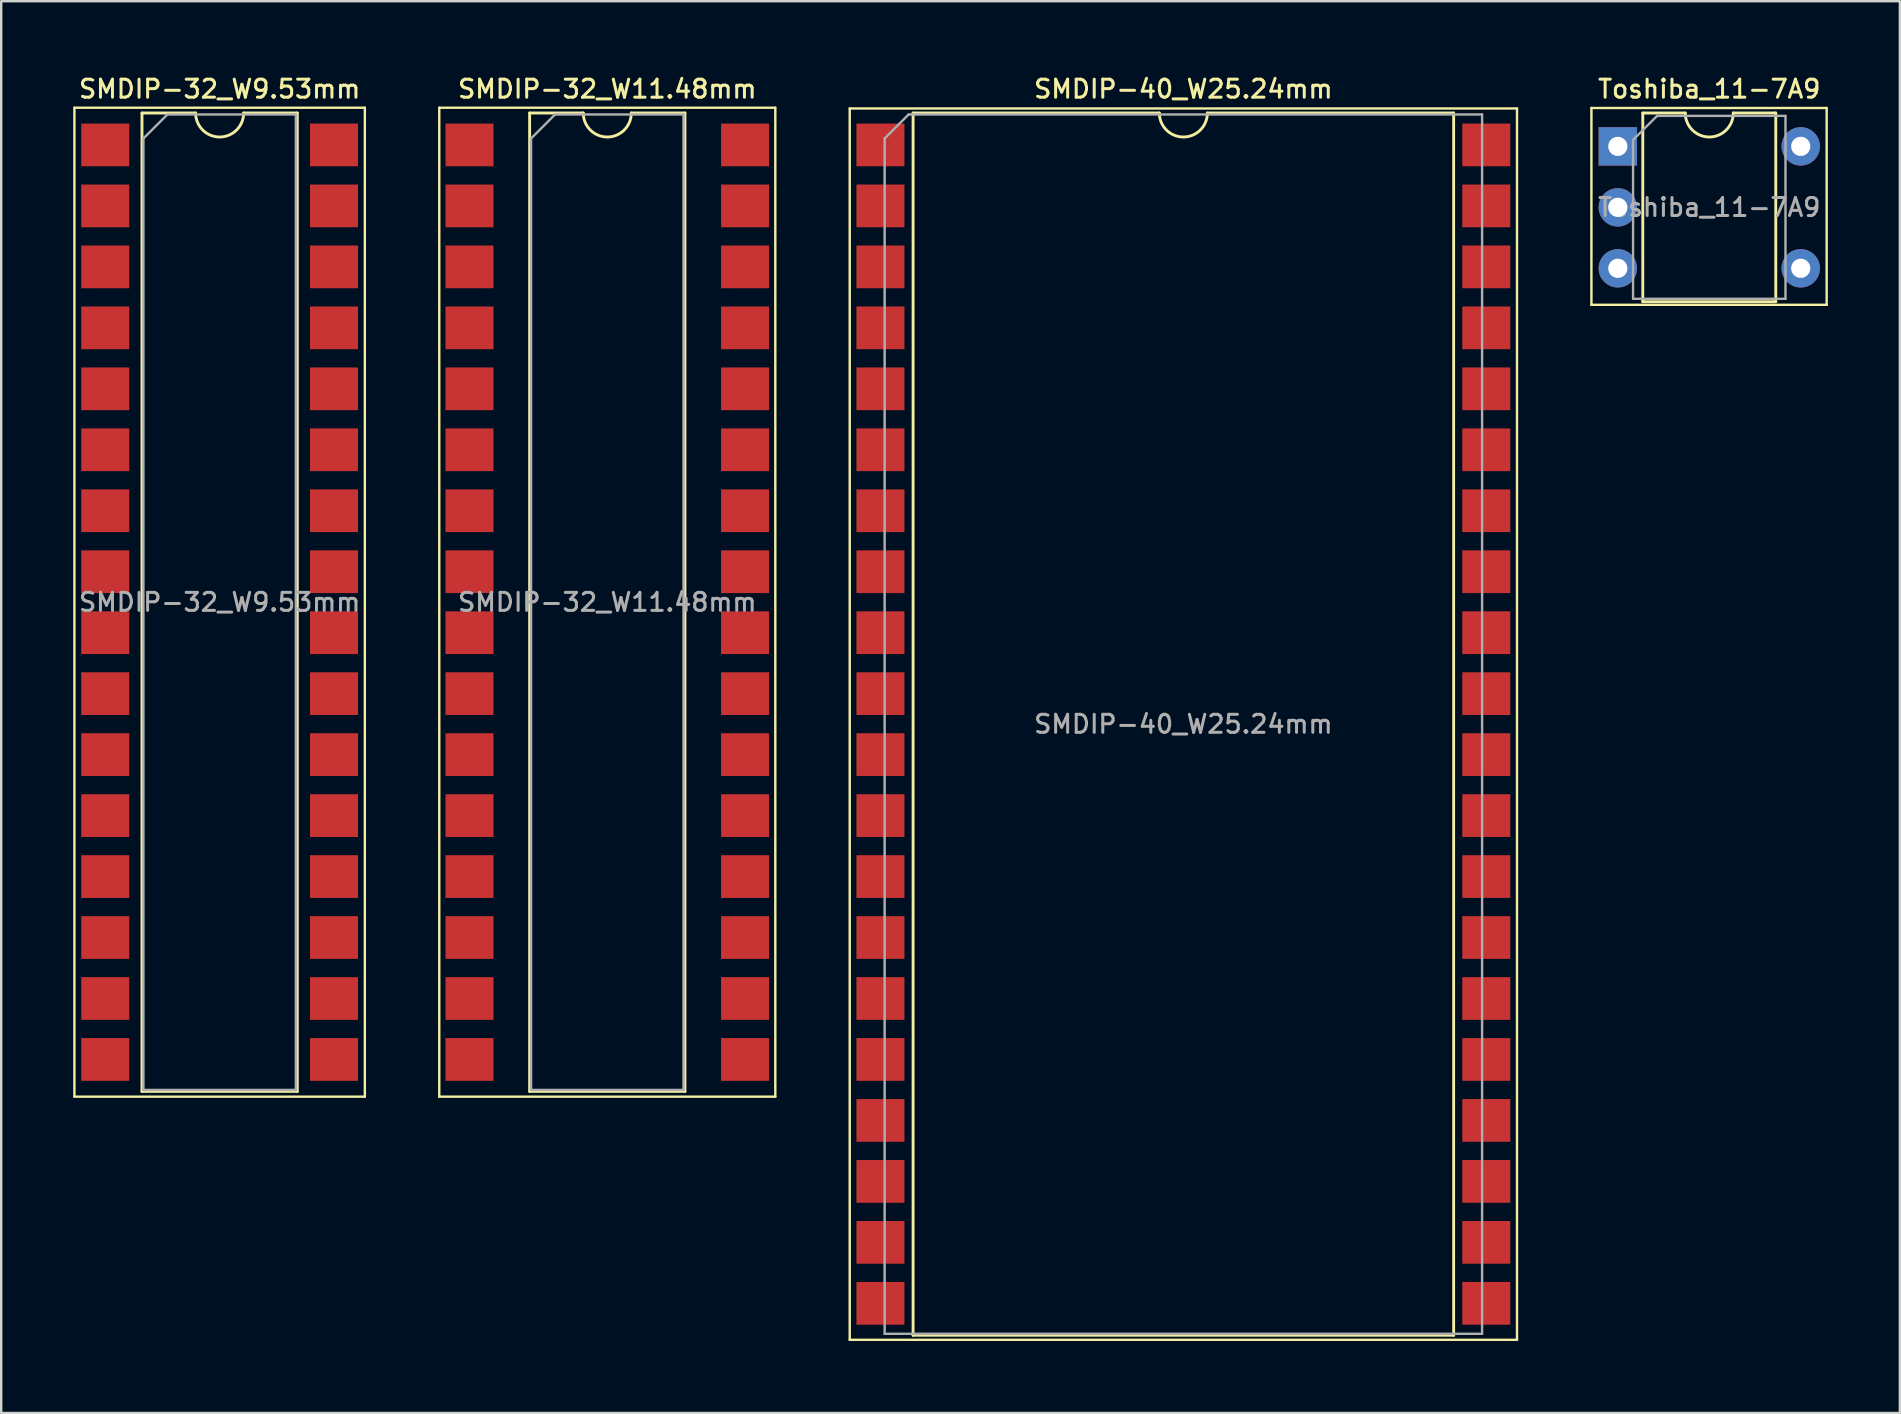
<source format=kicad_pcb>
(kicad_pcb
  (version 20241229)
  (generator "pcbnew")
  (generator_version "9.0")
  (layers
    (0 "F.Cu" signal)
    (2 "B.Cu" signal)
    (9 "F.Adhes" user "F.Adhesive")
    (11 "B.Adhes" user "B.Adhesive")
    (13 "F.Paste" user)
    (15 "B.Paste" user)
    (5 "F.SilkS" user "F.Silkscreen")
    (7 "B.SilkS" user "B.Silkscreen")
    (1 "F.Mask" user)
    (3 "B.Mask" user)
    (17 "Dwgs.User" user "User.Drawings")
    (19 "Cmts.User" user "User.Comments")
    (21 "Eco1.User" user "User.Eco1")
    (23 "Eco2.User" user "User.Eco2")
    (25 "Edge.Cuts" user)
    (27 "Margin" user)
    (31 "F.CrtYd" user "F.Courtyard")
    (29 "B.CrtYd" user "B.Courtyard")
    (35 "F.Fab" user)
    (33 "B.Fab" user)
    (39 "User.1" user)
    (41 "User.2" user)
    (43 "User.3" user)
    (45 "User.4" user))
  (footprint "SMDIP-40_W25.24mm"
    (layer "F.Cu")
    (at 46.25 27.118)
    (property "Reference" "SMDIP-40_W25.24mm" (at 0 -26.46 0) (layer "F.SilkS") (effects (font (size 0.75 0.75) (thickness 0.125))))
    (attr smd)
    (fp_line (start -13.9 -25.65) (end -13.9 25.65) (stroke (width 0.1) (type solid)) (layer "F.SilkS"))
    (fp_line (start -13.9 25.65) (end 13.9 25.65) (stroke (width 0.1) (type solid)) (layer "F.SilkS"))
    (fp_line (start -11.26 -25.46) (end -11.26 25.46) (stroke (width 0.12) (type solid)) (layer "F.SilkS"))
    (fp_line (start -11.26 25.46) (end 11.26 25.46) (stroke (width 0.12) (type solid)) (layer "F.SilkS"))
    (fp_line (start -1 -25.46) (end -11.26 -25.46) (stroke (width 0.12) (type solid)) (layer "F.SilkS"))
    (fp_line (start 11.26 -25.46) (end 1 -25.46) (stroke (width 0.12) (type solid)) (layer "F.SilkS"))
    (fp_line (start 11.26 25.46) (end 11.26 -25.46) (stroke (width 0.12) (type solid)) (layer "F.SilkS"))
    (fp_line (start 13.9 -25.65) (end -13.9 -25.65) (stroke (width 0.1) (type solid)) (layer "F.SilkS"))
    (fp_line (start 13.9 25.65) (end 13.9 -25.65) (stroke (width 0.1) (type solid)) (layer "F.SilkS"))
    (fp_arc (start 1 -25.46) (mid 0 -24.46) (end -1 -25.46) (stroke (width 0.12) (type solid)) (layer "F.SilkS"))
    (fp_line (start -12.445 -24.4) (end -11.445 -25.4) (stroke (width 0.1) (type solid)) (layer "F.Fab"))
    (fp_line (start -12.445 25.4) (end -12.445 -24.4) (stroke (width 0.1) (type solid)) (layer "F.Fab"))
    (fp_line (start -11.445 -25.4) (end 12.445 -25.4) (stroke (width 0.1) (type solid)) (layer "F.Fab"))
    (fp_line (start 12.445 -25.4) (end 12.445 25.4) (stroke (width 0.1) (type solid)) (layer "F.Fab"))
    (fp_line (start 12.445 25.4) (end -12.445 25.4) (stroke (width 0.1) (type solid)) (layer "F.Fab"))
    (fp_text user "${REFERENCE}" (at 0 0 0) (layer "F.Fab") (effects (font (size 0.75 0.75) (thickness 0.125))))
    (pad "1" smd rect (at -12.62 -24.13) (size 2 1.78) (layers "F.Cu" "F.Mask" "F.Paste"))
    (pad "2" smd rect (at -12.62 -21.59) (size 2 1.78) (layers "F.Cu" "F.Mask" "F.Paste"))
    (pad "3" smd rect (at -12.62 -19.05) (size 2 1.78) (layers "F.Cu" "F.Mask" "F.Paste"))
    (pad "4" smd rect (at -12.62 -16.51) (size 2 1.78) (layers "F.Cu" "F.Mask" "F.Paste"))
    (pad "5" smd rect (at -12.62 -13.97) (size 2 1.78) (layers "F.Cu" "F.Mask" "F.Paste"))
    (pad "6" smd rect (at -12.62 -11.43) (size 2 1.78) (layers "F.Cu" "F.Mask" "F.Paste"))
    (pad "7" smd rect (at -12.62 -8.89) (size 2 1.78) (layers "F.Cu" "F.Mask" "F.Paste"))
    (pad "8" smd rect (at -12.62 -6.35) (size 2 1.78) (layers "F.Cu" "F.Mask" "F.Paste"))
    (pad "9" smd rect (at -12.62 -3.81) (size 2 1.78) (layers "F.Cu" "F.Mask" "F.Paste"))
    (pad "10" smd rect (at -12.62 -1.27) (size 2 1.78) (layers "F.Cu" "F.Mask" "F.Paste"))
    (pad "11" smd rect (at -12.62 1.27) (size 2 1.78) (layers "F.Cu" "F.Mask" "F.Paste"))
    (pad "12" smd rect (at -12.62 3.81) (size 2 1.78) (layers "F.Cu" "F.Mask" "F.Paste"))
    (pad "13" smd rect (at -12.62 6.35) (size 2 1.78) (layers "F.Cu" "F.Mask" "F.Paste"))
    (pad "14" smd rect (at -12.62 8.89) (size 2 1.78) (layers "F.Cu" "F.Mask" "F.Paste"))
    (pad "15" smd rect (at -12.62 11.43) (size 2 1.78) (layers "F.Cu" "F.Mask" "F.Paste"))
    (pad "16" smd rect (at -12.62 13.97) (size 2 1.78) (layers "F.Cu" "F.Mask" "F.Paste"))
    (pad "17" smd rect (at -12.62 16.51) (size 2 1.78) (layers "F.Cu" "F.Mask" "F.Paste"))
    (pad "18" smd rect (at -12.62 19.05) (size 2 1.78) (layers "F.Cu" "F.Mask" "F.Paste"))
    (pad "19" smd rect (at -12.62 21.59) (size 2 1.78) (layers "F.Cu" "F.Mask" "F.Paste"))
    (pad "20" smd rect (at -12.62 24.13) (size 2 1.78) (layers "F.Cu" "F.Mask" "F.Paste"))
    (pad "21" smd rect (at 12.62 24.13) (size 2 1.78) (layers "F.Cu" "F.Mask" "F.Paste"))
    (pad "22" smd rect (at 12.62 21.59) (size 2 1.78) (layers "F.Cu" "F.Mask" "F.Paste"))
    (pad "23" smd rect (at 12.62 19.05) (size 2 1.78) (layers "F.Cu" "F.Mask" "F.Paste"))
    (pad "24" smd rect (at 12.62 16.51) (size 2 1.78) (layers "F.Cu" "F.Mask" "F.Paste"))
    (pad "25" smd rect (at 12.62 13.97) (size 2 1.78) (layers "F.Cu" "F.Mask" "F.Paste"))
    (pad "26" smd rect (at 12.62 11.43) (size 2 1.78) (layers "F.Cu" "F.Mask" "F.Paste"))
    (pad "27" smd rect (at 12.62 8.89) (size 2 1.78) (layers "F.Cu" "F.Mask" "F.Paste"))
    (pad "28" smd rect (at 12.62 6.35) (size 2 1.78) (layers "F.Cu" "F.Mask" "F.Paste"))
    (pad "29" smd rect (at 12.62 3.81) (size 2 1.78) (layers "F.Cu" "F.Mask" "F.Paste"))
    (pad "30" smd rect (at 12.62 1.27) (size 2 1.78) (layers "F.Cu" "F.Mask" "F.Paste"))
    (pad "31" smd rect (at 12.62 -1.27) (size 2 1.78) (layers "F.Cu" "F.Mask" "F.Paste"))
    (pad "32" smd rect (at 12.62 -3.81) (size 2 1.78) (layers "F.Cu" "F.Mask" "F.Paste"))
    (pad "33" smd rect (at 12.62 -6.35) (size 2 1.78) (layers "F.Cu" "F.Mask" "F.Paste"))
    (pad "34" smd rect (at 12.62 -8.89) (size 2 1.78) (layers "F.Cu" "F.Mask" "F.Paste"))
    (pad "35" smd rect (at 12.62 -11.43) (size 2 1.78) (layers "F.Cu" "F.Mask" "F.Paste"))
    (pad "36" smd rect (at 12.62 -13.97) (size 2 1.78) (layers "F.Cu" "F.Mask" "F.Paste"))
    (pad "37" smd rect (at 12.62 -16.51) (size 2 1.78) (layers "F.Cu" "F.Mask" "F.Paste"))
    (pad "38" smd rect (at 12.62 -19.05) (size 2 1.78) (layers "F.Cu" "F.Mask" "F.Paste"))
    (pad "39" smd rect (at 12.62 -21.59) (size 2 1.78) (layers "F.Cu" "F.Mask" "F.Paste"))
    (pad "40" smd rect (at 12.62 -24.13) (size 2 1.78) (layers "F.Cu" "F.Mask" "F.Paste")))
  (footprint "Toshiba_11-7A9"
    (layer "F.Cu")
    (at 64.35 3.048)
    (property "Reference" "Toshiba_11-7A9" (at 3.81 -2.39 0) (layer "F.SilkS") (effects (font (size 0.75 0.75) (thickness 0.125))))
    (attr through_hole)
    (fp_line (start -1.1 -1.6) (end -1.1 6.6) (stroke (width 0.1) (type solid)) (layer "F.SilkS"))
    (fp_line (start -1.1 6.6) (end 8.7 6.6) (stroke (width 0.1) (type solid)) (layer "F.SilkS"))
    (fp_line (start 1.04 -1.39) (end 1.04 6.47) (stroke (width 0.12) (type solid)) (layer "F.SilkS"))
    (fp_line (start 1.04 6.47) (end 6.58 6.47) (stroke (width 0.12) (type solid)) (layer "F.SilkS"))
    (fp_line (start 2.81 -1.39) (end 1.04 -1.39) (stroke (width 0.12) (type solid)) (layer "F.SilkS"))
    (fp_line (start 6.58 -1.39) (end 4.81 -1.39) (stroke (width 0.12) (type solid)) (layer "F.SilkS"))
    (fp_line (start 6.58 6.47) (end 6.58 -1.39) (stroke (width 0.12) (type solid)) (layer "F.SilkS"))
    (fp_line (start 8.7 -1.6) (end -1.1 -1.6) (stroke (width 0.1) (type solid)) (layer "F.SilkS"))
    (fp_line (start 8.7 6.6) (end 8.7 -1.6) (stroke (width 0.1) (type solid)) (layer "F.SilkS"))
    (fp_arc (start 4.81 -1.39) (mid 3.81 -0.39) (end 2.81 -1.39) (stroke (width 0.12) (type solid)) (layer "F.SilkS"))
    (fp_line (start 0.635 -0.27) (end 1.635 -1.27) (stroke (width 0.1) (type solid)) (layer "F.Fab"))
    (fp_line (start 0.635 6.35) (end 0.635 -0.27) (stroke (width 0.1) (type solid)) (layer "F.Fab"))
    (fp_line (start 1.635 -1.27) (end 6.985 -1.27) (stroke (width 0.1) (type solid)) (layer "F.Fab"))
    (fp_line (start 6.985 -1.27) (end 6.985 6.35) (stroke (width 0.1) (type solid)) (layer "F.Fab"))
    (fp_line (start 6.985 6.35) (end 0.635 6.35) (stroke (width 0.1) (type solid)) (layer "F.Fab"))
    (fp_text user "${REFERENCE}" (at 3.81 2.54 0) (layer "F.Fab") (effects (font (size 0.75 0.75) (thickness 0.125))))
    (pad "1" thru_hole rect (at 0 0) (size 1.6 1.6) (drill 0.8) (layers "*.Cu" "*.Mask"))
    (pad "2" thru_hole oval (at 0 2.54) (size 1.6 1.6) (drill 0.8) (layers "*.Cu" "*.Mask"))
    (pad "3" thru_hole oval (at 0 5.08) (size 1.6 1.6) (drill 0.8) (layers "*.Cu" "*.Mask"))
    (pad "4" thru_hole oval (at 7.62 5.08) (size 1.6 1.6) (drill 0.8) (layers "*.Cu" "*.Mask"))
    (pad "6" thru_hole oval (at 7.62 0) (size 1.6 1.6) (drill 0.8) (layers "*.Cu" "*.Mask")))
  (footprint "SMDIP-32_W9.53mm"
    (layer "F.Cu")
    (at 6.1 22.038)
    (property "Reference" "SMDIP-32_W9.53mm" (at 0 -21.38 0) (layer "F.SilkS") (effects (font (size 0.75 0.75) (thickness 0.125))))
    (attr smd)
    (fp_line (start -6.05 -20.6) (end -6.05 20.6) (stroke (width 0.1) (type solid)) (layer "F.SilkS"))
    (fp_line (start -6.05 20.6) (end 6.05 20.6) (stroke (width 0.1) (type solid)) (layer "F.SilkS"))
    (fp_line (start -3.235 -20.38) (end -3.235 20.38) (stroke (width 0.12) (type solid)) (layer "F.SilkS"))
    (fp_line (start -3.235 20.38) (end 3.235 20.38) (stroke (width 0.12) (type solid)) (layer "F.SilkS"))
    (fp_line (start -1 -20.38) (end -3.235 -20.38) (stroke (width 0.12) (type solid)) (layer "F.SilkS"))
    (fp_line (start 3.235 -20.38) (end 1 -20.38) (stroke (width 0.12) (type solid)) (layer "F.SilkS"))
    (fp_line (start 3.235 20.38) (end 3.235 -20.38) (stroke (width 0.12) (type solid)) (layer "F.SilkS"))
    (fp_line (start 6.05 -20.6) (end -6.05 -20.6) (stroke (width 0.1) (type solid)) (layer "F.SilkS"))
    (fp_line (start 6.05 20.6) (end 6.05 -20.6) (stroke (width 0.1) (type solid)) (layer "F.SilkS"))
    (fp_arc (start 1 -20.38) (mid 0 -19.38) (end -1 -20.38) (stroke (width 0.12) (type solid)) (layer "F.SilkS"))
    (fp_line (start -3.175 -19.32) (end -2.175 -20.32) (stroke (width 0.1) (type solid)) (layer "F.Fab"))
    (fp_line (start -3.175 20.32) (end -3.175 -19.32) (stroke (width 0.1) (type solid)) (layer "F.Fab"))
    (fp_line (start -2.175 -20.32) (end 3.175 -20.32) (stroke (width 0.1) (type solid)) (layer "F.Fab"))
    (fp_line (start 3.175 -20.32) (end 3.175 20.32) (stroke (width 0.1) (type solid)) (layer "F.Fab"))
    (fp_line (start 3.175 20.32) (end -3.175 20.32) (stroke (width 0.1) (type solid)) (layer "F.Fab"))
    (fp_text user "${REFERENCE}" (at 0 0 0) (layer "F.Fab") (effects (font (size 0.75 0.75) (thickness 0.125))))
    (pad "1" smd rect (at -4.765 -19.05) (size 2 1.78) (layers "F.Cu" "F.Mask" "F.Paste"))
    (pad "2" smd rect (at -4.765 -16.51) (size 2 1.78) (layers "F.Cu" "F.Mask" "F.Paste"))
    (pad "3" smd rect (at -4.765 -13.97) (size 2 1.78) (layers "F.Cu" "F.Mask" "F.Paste"))
    (pad "4" smd rect (at -4.765 -11.43) (size 2 1.78) (layers "F.Cu" "F.Mask" "F.Paste"))
    (pad "5" smd rect (at -4.765 -8.89) (size 2 1.78) (layers "F.Cu" "F.Mask" "F.Paste"))
    (pad "6" smd rect (at -4.765 -6.35) (size 2 1.78) (layers "F.Cu" "F.Mask" "F.Paste"))
    (pad "7" smd rect (at -4.765 -3.81) (size 2 1.78) (layers "F.Cu" "F.Mask" "F.Paste"))
    (pad "8" smd rect (at -4.765 -1.27) (size 2 1.78) (layers "F.Cu" "F.Mask" "F.Paste"))
    (pad "9" smd rect (at -4.765 1.27) (size 2 1.78) (layers "F.Cu" "F.Mask" "F.Paste"))
    (pad "10" smd rect (at -4.765 3.81) (size 2 1.78) (layers "F.Cu" "F.Mask" "F.Paste"))
    (pad "11" smd rect (at -4.765 6.35) (size 2 1.78) (layers "F.Cu" "F.Mask" "F.Paste"))
    (pad "12" smd rect (at -4.765 8.89) (size 2 1.78) (layers "F.Cu" "F.Mask" "F.Paste"))
    (pad "13" smd rect (at -4.765 11.43) (size 2 1.78) (layers "F.Cu" "F.Mask" "F.Paste"))
    (pad "14" smd rect (at -4.765 13.97) (size 2 1.78) (layers "F.Cu" "F.Mask" "F.Paste"))
    (pad "15" smd rect (at -4.765 16.51) (size 2 1.78) (layers "F.Cu" "F.Mask" "F.Paste"))
    (pad "16" smd rect (at -4.765 19.05) (size 2 1.78) (layers "F.Cu" "F.Mask" "F.Paste"))
    (pad "17" smd rect (at 4.765 19.05) (size 2 1.78) (layers "F.Cu" "F.Mask" "F.Paste"))
    (pad "18" smd rect (at 4.765 16.51) (size 2 1.78) (layers "F.Cu" "F.Mask" "F.Paste"))
    (pad "19" smd rect (at 4.765 13.97) (size 2 1.78) (layers "F.Cu" "F.Mask" "F.Paste"))
    (pad "20" smd rect (at 4.765 11.43) (size 2 1.78) (layers "F.Cu" "F.Mask" "F.Paste"))
    (pad "21" smd rect (at 4.765 8.89) (size 2 1.78) (layers "F.Cu" "F.Mask" "F.Paste"))
    (pad "22" smd rect (at 4.765 6.35) (size 2 1.78) (layers "F.Cu" "F.Mask" "F.Paste"))
    (pad "23" smd rect (at 4.765 3.81) (size 2 1.78) (layers "F.Cu" "F.Mask" "F.Paste"))
    (pad "24" smd rect (at 4.765 1.27) (size 2 1.78) (layers "F.Cu" "F.Mask" "F.Paste"))
    (pad "25" smd rect (at 4.765 -1.27) (size 2 1.78) (layers "F.Cu" "F.Mask" "F.Paste"))
    (pad "26" smd rect (at 4.765 -3.81) (size 2 1.78) (layers "F.Cu" "F.Mask" "F.Paste"))
    (pad "27" smd rect (at 4.765 -6.35) (size 2 1.78) (layers "F.Cu" "F.Mask" "F.Paste"))
    (pad "28" smd rect (at 4.765 -8.89) (size 2 1.78) (layers "F.Cu" "F.Mask" "F.Paste"))
    (pad "29" smd rect (at 4.765 -11.43) (size 2 1.78) (layers "F.Cu" "F.Mask" "F.Paste"))
    (pad "30" smd rect (at 4.765 -13.97) (size 2 1.78) (layers "F.Cu" "F.Mask" "F.Paste"))
    (pad "31" smd rect (at 4.765 -16.51) (size 2 1.78) (layers "F.Cu" "F.Mask" "F.Paste"))
    (pad "32" smd rect (at 4.765 -19.05) (size 2 1.78) (layers "F.Cu" "F.Mask" "F.Paste")))
  (footprint "SMDIP-32_W11.48mm"
    (layer "F.Cu")
    (at 22.25 22.038)
    (property "Reference" "SMDIP-32_W11.48mm" (at 0 -21.38 0) (layer "F.SilkS") (effects (font (size 0.75 0.75) (thickness 0.125))))
    (attr smd)
    (fp_line (start -7 -20.6) (end -7 20.6) (stroke (width 0.1) (type solid)) (layer "F.SilkS"))
    (fp_line (start -7 20.6) (end 7 20.6) (stroke (width 0.1) (type solid)) (layer "F.SilkS"))
    (fp_line (start -3.235 -20.38) (end -3.235 20.38) (stroke (width 0.12) (type solid)) (layer "F.SilkS"))
    (fp_line (start -3.235 20.38) (end 3.235 20.38) (stroke (width 0.12) (type solid)) (layer "F.SilkS"))
    (fp_line (start -1 -20.38) (end -3.235 -20.38) (stroke (width 0.12) (type solid)) (layer "F.SilkS"))
    (fp_line (start 3.235 -20.38) (end 1 -20.38) (stroke (width 0.12) (type solid)) (layer "F.SilkS"))
    (fp_line (start 3.235 20.38) (end 3.235 -20.38) (stroke (width 0.12) (type solid)) (layer "F.SilkS"))
    (fp_line (start 7 -20.6) (end -7 -20.6) (stroke (width 0.1) (type solid)) (layer "F.SilkS"))
    (fp_line (start 7 20.6) (end 7 -20.6) (stroke (width 0.1) (type solid)) (layer "F.SilkS"))
    (fp_arc (start 1 -20.38) (mid 0 -19.38) (end -1 -20.38) (stroke (width 0.12) (type solid)) (layer "F.SilkS"))
    (fp_line (start -3.175 -19.32) (end -2.175 -20.32) (stroke (width 0.1) (type solid)) (layer "F.Fab"))
    (fp_line (start -3.175 20.32) (end -3.175 -19.32) (stroke (width 0.1) (type solid)) (layer "F.Fab"))
    (fp_line (start -2.175 -20.32) (end 3.175 -20.32) (stroke (width 0.1) (type solid)) (layer "F.Fab"))
    (fp_line (start 3.175 -20.32) (end 3.175 20.32) (stroke (width 0.1) (type solid)) (layer "F.Fab"))
    (fp_line (start 3.175 20.32) (end -3.175 20.32) (stroke (width 0.1) (type solid)) (layer "F.Fab"))
    (fp_text user "${REFERENCE}" (at 0 0 0) (layer "F.Fab") (effects (font (size 0.75 0.75) (thickness 0.125))))
    (pad "1" smd rect (at -5.74 -19.05) (size 2 1.78) (layers "F.Cu" "F.Mask" "F.Paste"))
    (pad "2" smd rect (at -5.74 -16.51) (size 2 1.78) (layers "F.Cu" "F.Mask" "F.Paste"))
    (pad "3" smd rect (at -5.74 -13.97) (size 2 1.78) (layers "F.Cu" "F.Mask" "F.Paste"))
    (pad "4" smd rect (at -5.74 -11.43) (size 2 1.78) (layers "F.Cu" "F.Mask" "F.Paste"))
    (pad "5" smd rect (at -5.74 -8.89) (size 2 1.78) (layers "F.Cu" "F.Mask" "F.Paste"))
    (pad "6" smd rect (at -5.74 -6.35) (size 2 1.78) (layers "F.Cu" "F.Mask" "F.Paste"))
    (pad "7" smd rect (at -5.74 -3.81) (size 2 1.78) (layers "F.Cu" "F.Mask" "F.Paste"))
    (pad "8" smd rect (at -5.74 -1.27) (size 2 1.78) (layers "F.Cu" "F.Mask" "F.Paste"))
    (pad "9" smd rect (at -5.74 1.27) (size 2 1.78) (layers "F.Cu" "F.Mask" "F.Paste"))
    (pad "10" smd rect (at -5.74 3.81) (size 2 1.78) (layers "F.Cu" "F.Mask" "F.Paste"))
    (pad "11" smd rect (at -5.74 6.35) (size 2 1.78) (layers "F.Cu" "F.Mask" "F.Paste"))
    (pad "12" smd rect (at -5.74 8.89) (size 2 1.78) (layers "F.Cu" "F.Mask" "F.Paste"))
    (pad "13" smd rect (at -5.74 11.43) (size 2 1.78) (layers "F.Cu" "F.Mask" "F.Paste"))
    (pad "14" smd rect (at -5.74 13.97) (size 2 1.78) (layers "F.Cu" "F.Mask" "F.Paste"))
    (pad "15" smd rect (at -5.74 16.51) (size 2 1.78) (layers "F.Cu" "F.Mask" "F.Paste"))
    (pad "16" smd rect (at -5.74 19.05) (size 2 1.78) (layers "F.Cu" "F.Mask" "F.Paste"))
    (pad "17" smd rect (at 5.74 19.05) (size 2 1.78) (layers "F.Cu" "F.Mask" "F.Paste"))
    (pad "18" smd rect (at 5.74 16.51) (size 2 1.78) (layers "F.Cu" "F.Mask" "F.Paste"))
    (pad "19" smd rect (at 5.74 13.97) (size 2 1.78) (layers "F.Cu" "F.Mask" "F.Paste"))
    (pad "20" smd rect (at 5.74 11.43) (size 2 1.78) (layers "F.Cu" "F.Mask" "F.Paste"))
    (pad "21" smd rect (at 5.74 8.89) (size 2 1.78) (layers "F.Cu" "F.Mask" "F.Paste"))
    (pad "22" smd rect (at 5.74 6.35) (size 2 1.78) (layers "F.Cu" "F.Mask" "F.Paste"))
    (pad "23" smd rect (at 5.74 3.81) (size 2 1.78) (layers "F.Cu" "F.Mask" "F.Paste"))
    (pad "24" smd rect (at 5.74 1.27) (size 2 1.78) (layers "F.Cu" "F.Mask" "F.Paste"))
    (pad "25" smd rect (at 5.74 -1.27) (size 2 1.78) (layers "F.Cu" "F.Mask" "F.Paste"))
    (pad "26" smd rect (at 5.74 -3.81) (size 2 1.78) (layers "F.Cu" "F.Mask" "F.Paste"))
    (pad "27" smd rect (at 5.74 -6.35) (size 2 1.78) (layers "F.Cu" "F.Mask" "F.Paste"))
    (pad "28" smd rect (at 5.74 -8.89) (size 2 1.78) (layers "F.Cu" "F.Mask" "F.Paste"))
    (pad "29" smd rect (at 5.74 -11.43) (size 2 1.78) (layers "F.Cu" "F.Mask" "F.Paste"))
    (pad "30" smd rect (at 5.74 -13.97) (size 2 1.78) (layers "F.Cu" "F.Mask" "F.Paste"))
    (pad "31" smd rect (at 5.74 -16.51) (size 2 1.78) (layers "F.Cu" "F.Mask" "F.Paste"))
    (pad "32" smd rect (at 5.74 -19.05) (size 2 1.78) (layers "F.Cu" "F.Mask" "F.Paste")))
  (gr_rect
    (start -3 -3)
    (end 76.1 55.818)
    (stroke (width 0.1) (type default))
    (fill no)
    (layer "Edge.Cuts")))
</source>
